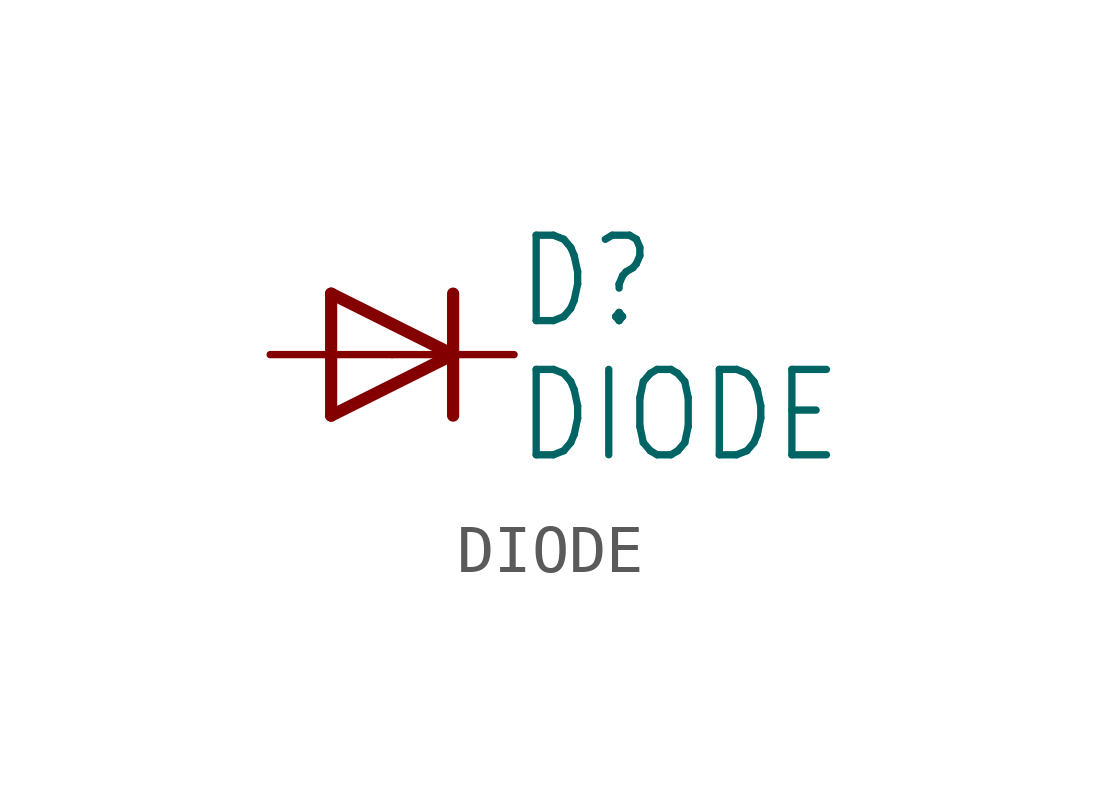
<source format=kicad_sym>
(kicad_symbol_lib
  (version 20211014)
  (generator kicad_symbol_editor)
  (symbol "DIODE"
    (property "Reference" "D"
      (at 2.54 0.483 0)
      (effects (font (size 1.778 1.511)) (justify left bottom)))
    (property "Value" "DIODE"
      (at 2.54 -2.311 0)
      (effects (font (size 1.778 1.511)) (justify left bottom)))
    (property "ki_locked" ""
      (at 0 0 0)
      (effects (font (size 1.27 1.27))))
    (symbol "DIODE_1_0"
      (polyline (pts (xy -1.27 -1.27) (xy 1.27 0)) (stroke (width 0.254) (type default) (color 0 0 0 0)) (fill (type none)))
      (polyline (pts (xy -1.27 1.27) (xy -1.27 -1.27)) (stroke (width 0.254) (type default) (color 0 0 0 0)) (fill (type none)))
      (polyline (pts (xy 1.27 0) (xy -1.27 1.27)) (stroke (width 0.254) (type default) (color 0 0 0 0)) (fill (type none)))
      (polyline (pts (xy 1.27 0) (xy 1.27 -1.27)) (stroke (width 0.254) (type default) (color 0 0 0 0)) (fill (type none)))
      (polyline (pts (xy 1.27 1.27) (xy 1.27 0)) (stroke (width 0.254) (type default) (color 0 0 0 0)) (fill (type none)))
      (pin passive line (at -2.54 0 0) (length 2.54) (name "A" (effects (font (size 0 0)))) (number "A" (effects (font (size 0 0)))))
      (pin passive line (at 2.54 0 180) (length 2.54) (name "C" (effects (font (size 0 0)))) (number "C" (effects (font (size 0 0))))))))
</source>
